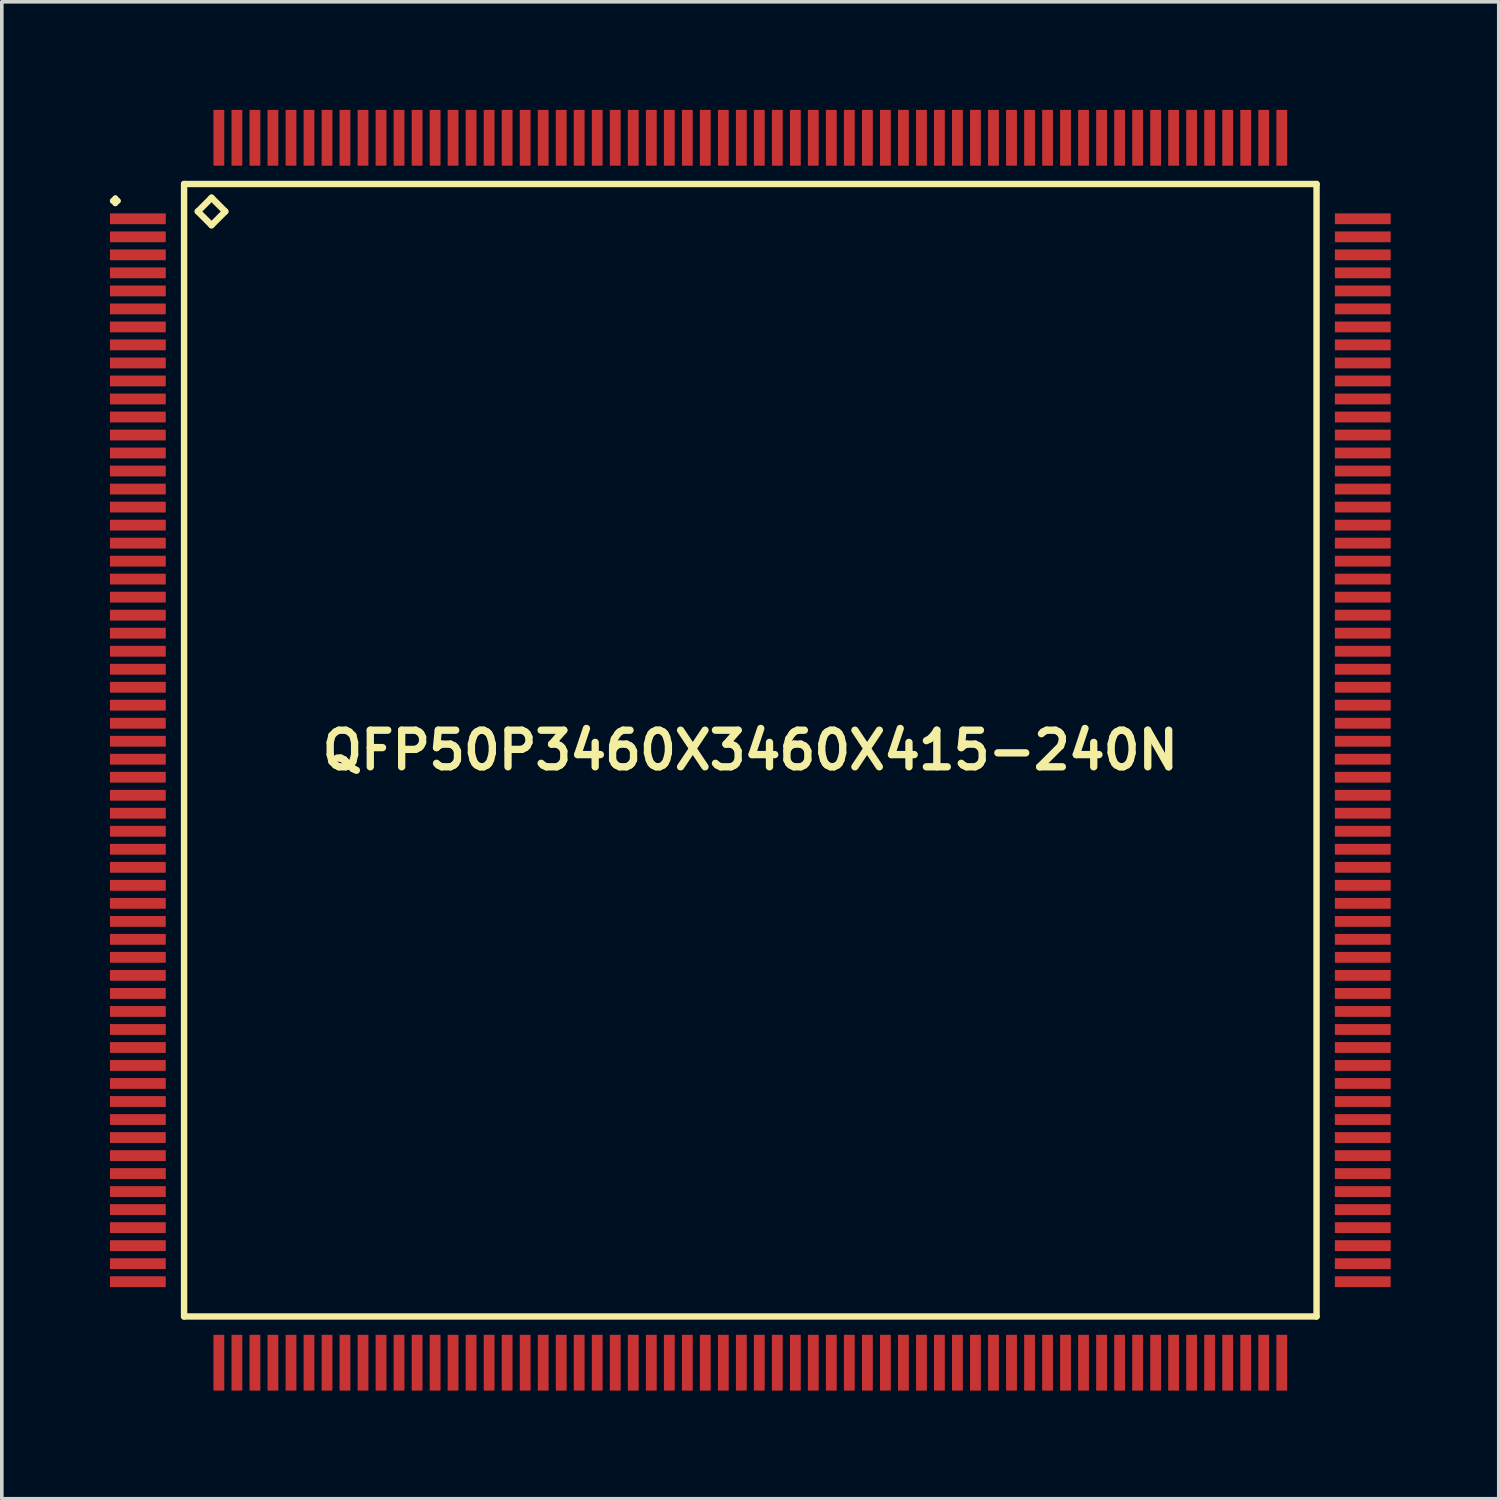
<source format=kicad_pcb>
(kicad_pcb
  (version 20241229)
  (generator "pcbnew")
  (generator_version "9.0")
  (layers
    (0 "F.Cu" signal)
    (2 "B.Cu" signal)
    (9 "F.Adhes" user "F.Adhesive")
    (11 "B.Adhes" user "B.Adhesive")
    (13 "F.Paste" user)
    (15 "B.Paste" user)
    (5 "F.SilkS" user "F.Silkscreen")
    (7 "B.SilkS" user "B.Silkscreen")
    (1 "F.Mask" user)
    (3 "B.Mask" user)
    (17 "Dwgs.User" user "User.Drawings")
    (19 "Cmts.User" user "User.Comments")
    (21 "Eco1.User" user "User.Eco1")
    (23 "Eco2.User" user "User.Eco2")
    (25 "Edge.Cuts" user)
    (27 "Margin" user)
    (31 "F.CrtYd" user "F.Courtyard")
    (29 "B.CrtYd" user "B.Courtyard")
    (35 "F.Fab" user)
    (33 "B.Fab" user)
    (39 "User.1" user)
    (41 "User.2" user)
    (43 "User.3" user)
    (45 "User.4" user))
  (footprint "QFP50P3460X3460X415-240N"
    (layer "F.Cu")
    (at 17.774 17.772)
    (property "Reference" "QFP50P3460X3460X415-240N" (at 0 0 0) (layer "F.SilkS") (effects (font (size 1.016 1.016) (thickness 0.203))))
    (attr smd)
    (fp_line (start -17.699 -15.248) (end -17.623 -15.324) (stroke (width 0.15) (type solid)) (layer "F.SilkS"))
    (fp_line (start -17.623 -15.324) (end -17.549 -15.248) (stroke (width 0.15) (type solid)) (layer "F.SilkS"))
    (fp_line (start -17.623 -15.174) (end -17.699 -15.248) (stroke (width 0.15) (type solid)) (layer "F.SilkS"))
    (fp_line (start -17.549 -15.248) (end -17.623 -15.174) (stroke (width 0.15) (type solid)) (layer "F.SilkS"))
    (fp_line (start -15.715 -15.715) (end -15.715 15.715) (stroke (width 0.178) (type solid)) (layer "F.SilkS"))
    (fp_line (start -15.715 15.715) (end 15.715 15.715) (stroke (width 0.178) (type solid)) (layer "F.SilkS"))
    (fp_line (start -15.334 -14.953) (end -14.953 -15.334) (stroke (width 0.178) (type solid)) (layer "F.SilkS"))
    (fp_line (start -14.953 -15.334) (end -14.572 -14.953) (stroke (width 0.178) (type solid)) (layer "F.SilkS"))
    (fp_line (start -14.953 -14.572) (end -15.334 -14.953) (stroke (width 0.178) (type solid)) (layer "F.SilkS"))
    (fp_line (start -14.572 -14.953) (end -14.953 -14.572) (stroke (width 0.178) (type solid)) (layer "F.SilkS"))
    (fp_line (start 15.715 -15.715) (end -15.715 -15.715) (stroke (width 0.178) (type solid)) (layer "F.SilkS"))
    (fp_line (start 15.715 15.715) (end 15.715 -15.715) (stroke (width 0.178) (type solid)) (layer "F.SilkS"))
    (pad "1" smd rect (at -16.998 -14.75) (size 1.549 0.3) (layers "F.Cu" "F.Mask" "F.Paste"))
    (pad "2" smd rect (at -16.998 -14.249) (size 1.549 0.3) (layers "F.Cu" "F.Mask" "F.Paste"))
    (pad "3" smd rect (at -16.998 -13.749) (size 1.549 0.3) (layers "F.Cu" "F.Mask" "F.Paste"))
    (pad "4" smd rect (at -16.998 -13.249) (size 1.549 0.3) (layers "F.Cu" "F.Mask" "F.Paste"))
    (pad "5" smd rect (at -16.998 -12.748) (size 1.549 0.3) (layers "F.Cu" "F.Mask" "F.Paste"))
    (pad "6" smd rect (at -16.998 -12.248) (size 1.549 0.3) (layers "F.Cu" "F.Mask" "F.Paste"))
    (pad "7" smd rect (at -16.998 -11.748) (size 1.549 0.3) (layers "F.Cu" "F.Mask" "F.Paste"))
    (pad "8" smd rect (at -16.998 -11.25) (size 1.549 0.3) (layers "F.Cu" "F.Mask" "F.Paste"))
    (pad "9" smd rect (at -16.998 -10.749) (size 1.549 0.3) (layers "F.Cu" "F.Mask" "F.Paste"))
    (pad "10" smd rect (at -16.998 -10.249) (size 1.549 0.3) (layers "F.Cu" "F.Mask" "F.Paste"))
    (pad "11" smd rect (at -16.998 -9.749) (size 1.549 0.3) (layers "F.Cu" "F.Mask" "F.Paste"))
    (pad "12" smd rect (at -16.998 -9.248) (size 1.549 0.3) (layers "F.Cu" "F.Mask" "F.Paste"))
    (pad "13" smd rect (at -16.998 -8.748) (size 1.549 0.3) (layers "F.Cu" "F.Mask" "F.Paste"))
    (pad "14" smd rect (at -16.998 -8.25) (size 1.549 0.3) (layers "F.Cu" "F.Mask" "F.Paste"))
    (pad "15" smd rect (at -16.998 -7.75) (size 1.549 0.3) (layers "F.Cu" "F.Mask" "F.Paste"))
    (pad "16" smd rect (at -16.998 -7.249) (size 1.549 0.3) (layers "F.Cu" "F.Mask" "F.Paste"))
    (pad "17" smd rect (at -16.998 -6.749) (size 1.549 0.3) (layers "F.Cu" "F.Mask" "F.Paste"))
    (pad "18" smd rect (at -16.998 -6.248) (size 1.549 0.3) (layers "F.Cu" "F.Mask" "F.Paste"))
    (pad "19" smd rect (at -16.998 -5.748) (size 1.549 0.3) (layers "F.Cu" "F.Mask" "F.Paste"))
    (pad "20" smd rect (at -16.998 -5.248) (size 1.549 0.3) (layers "F.Cu" "F.Mask" "F.Paste"))
    (pad "21" smd rect (at -16.998 -4.75) (size 1.549 0.3) (layers "F.Cu" "F.Mask" "F.Paste"))
    (pad "22" smd rect (at -16.998 -4.249) (size 1.549 0.3) (layers "F.Cu" "F.Mask" "F.Paste"))
    (pad "23" smd rect (at -16.998 -3.749) (size 1.549 0.3) (layers "F.Cu" "F.Mask" "F.Paste"))
    (pad "24" smd rect (at -16.998 -3.249) (size 1.549 0.3) (layers "F.Cu" "F.Mask" "F.Paste"))
    (pad "25" smd rect (at -16.998 -2.748) (size 1.549 0.3) (layers "F.Cu" "F.Mask" "F.Paste"))
    (pad "26" smd rect (at -16.998 -2.248) (size 1.549 0.3) (layers "F.Cu" "F.Mask" "F.Paste"))
    (pad "27" smd rect (at -16.998 -1.748) (size 1.549 0.3) (layers "F.Cu" "F.Mask" "F.Paste"))
    (pad "28" smd rect (at -16.998 -1.25) (size 1.549 0.3) (layers "F.Cu" "F.Mask" "F.Paste"))
    (pad "29" smd rect (at -16.998 -0.749) (size 1.549 0.3) (layers "F.Cu" "F.Mask" "F.Paste"))
    (pad "30" smd rect (at -16.998 -0.249) (size 1.549 0.3) (layers "F.Cu" "F.Mask" "F.Paste"))
    (pad "31" smd rect (at -16.998 0.249) (size 1.549 0.3) (layers "F.Cu" "F.Mask" "F.Paste"))
    (pad "32" smd rect (at -16.998 0.749) (size 1.549 0.3) (layers "F.Cu" "F.Mask" "F.Paste"))
    (pad "33" smd rect (at -16.998 1.25) (size 1.549 0.3) (layers "F.Cu" "F.Mask" "F.Paste"))
    (pad "34" smd rect (at -16.998 1.748) (size 1.549 0.3) (layers "F.Cu" "F.Mask" "F.Paste"))
    (pad "35" smd rect (at -16.998 2.248) (size 1.549 0.3) (layers "F.Cu" "F.Mask" "F.Paste"))
    (pad "36" smd rect (at -16.998 2.748) (size 1.549 0.3) (layers "F.Cu" "F.Mask" "F.Paste"))
    (pad "37" smd rect (at -16.998 3.249) (size 1.549 0.3) (layers "F.Cu" "F.Mask" "F.Paste"))
    (pad "38" smd rect (at -16.998 3.749) (size 1.549 0.3) (layers "F.Cu" "F.Mask" "F.Paste"))
    (pad "39" smd rect (at -16.998 4.249) (size 1.549 0.3) (layers "F.Cu" "F.Mask" "F.Paste"))
    (pad "40" smd rect (at -16.998 4.75) (size 1.549 0.3) (layers "F.Cu" "F.Mask" "F.Paste"))
    (pad "41" smd rect (at -16.998 5.248) (size 1.549 0.3) (layers "F.Cu" "F.Mask" "F.Paste"))
    (pad "42" smd rect (at -16.998 5.748) (size 1.549 0.3) (layers "F.Cu" "F.Mask" "F.Paste"))
    (pad "43" smd rect (at -16.998 6.248) (size 1.549 0.3) (layers "F.Cu" "F.Mask" "F.Paste"))
    (pad "44" smd rect (at -16.998 6.749) (size 1.549 0.3) (layers "F.Cu" "F.Mask" "F.Paste"))
    (pad "45" smd rect (at -16.998 7.249) (size 1.549 0.3) (layers "F.Cu" "F.Mask" "F.Paste"))
    (pad "46" smd rect (at -16.998 7.75) (size 1.549 0.3) (layers "F.Cu" "F.Mask" "F.Paste"))
    (pad "47" smd rect (at -16.998 8.25) (size 1.549 0.3) (layers "F.Cu" "F.Mask" "F.Paste"))
    (pad "48" smd rect (at -16.998 8.748) (size 1.549 0.3) (layers "F.Cu" "F.Mask" "F.Paste"))
    (pad "49" smd rect (at -16.998 9.248) (size 1.549 0.3) (layers "F.Cu" "F.Mask" "F.Paste"))
    (pad "50" smd rect (at -16.998 9.749) (size 1.549 0.3) (layers "F.Cu" "F.Mask" "F.Paste"))
    (pad "51" smd rect (at -16.998 10.249) (size 1.549 0.3) (layers "F.Cu" "F.Mask" "F.Paste"))
    (pad "52" smd rect (at -16.998 10.749) (size 1.549 0.3) (layers "F.Cu" "F.Mask" "F.Paste"))
    (pad "53" smd rect (at -16.998 11.25) (size 1.549 0.3) (layers "F.Cu" "F.Mask" "F.Paste"))
    (pad "54" smd rect (at -16.998 11.748) (size 1.549 0.3) (layers "F.Cu" "F.Mask" "F.Paste"))
    (pad "55" smd rect (at -16.998 12.248) (size 1.549 0.3) (layers "F.Cu" "F.Mask" "F.Paste"))
    (pad "56" smd rect (at -16.998 12.748) (size 1.549 0.3) (layers "F.Cu" "F.Mask" "F.Paste"))
    (pad "57" smd rect (at -16.998 13.249) (size 1.549 0.3) (layers "F.Cu" "F.Mask" "F.Paste"))
    (pad "58" smd rect (at -16.998 13.749) (size 1.549 0.3) (layers "F.Cu" "F.Mask" "F.Paste"))
    (pad "59" smd rect (at -16.998 14.249) (size 1.549 0.3) (layers "F.Cu" "F.Mask" "F.Paste"))
    (pad "60" smd rect (at -16.998 14.75) (size 1.549 0.3) (layers "F.Cu" "F.Mask" "F.Paste"))
    (pad "61" smd rect (at -14.75 16.998) (size 0.3 1.549) (layers "F.Cu" "F.Mask" "F.Paste"))
    (pad "62" smd rect (at -14.249 16.998) (size 0.3 1.549) (layers "F.Cu" "F.Mask" "F.Paste"))
    (pad "63" smd rect (at -13.749 16.998) (size 0.3 1.549) (layers "F.Cu" "F.Mask" "F.Paste"))
    (pad "64" smd rect (at -13.249 16.998) (size 0.3 1.549) (layers "F.Cu" "F.Mask" "F.Paste"))
    (pad "65" smd rect (at -12.748 16.998) (size 0.3 1.549) (layers "F.Cu" "F.Mask" "F.Paste"))
    (pad "66" smd rect (at -12.248 16.998) (size 0.3 1.549) (layers "F.Cu" "F.Mask" "F.Paste"))
    (pad "67" smd rect (at -11.748 16.998) (size 0.3 1.549) (layers "F.Cu" "F.Mask" "F.Paste"))
    (pad "68" smd rect (at -11.25 16.998) (size 0.3 1.549) (layers "F.Cu" "F.Mask" "F.Paste"))
    (pad "69" smd rect (at -10.749 16.998) (size 0.3 1.549) (layers "F.Cu" "F.Mask" "F.Paste"))
    (pad "70" smd rect (at -10.249 16.998) (size 0.3 1.549) (layers "F.Cu" "F.Mask" "F.Paste"))
    (pad "71" smd rect (at -9.749 16.998) (size 0.3 1.549) (layers "F.Cu" "F.Mask" "F.Paste"))
    (pad "72" smd rect (at -9.248 16.998) (size 0.3 1.549) (layers "F.Cu" "F.Mask" "F.Paste"))
    (pad "73" smd rect (at -8.748 16.998) (size 0.3 1.549) (layers "F.Cu" "F.Mask" "F.Paste"))
    (pad "74" smd rect (at -8.25 16.998) (size 0.3 1.549) (layers "F.Cu" "F.Mask" "F.Paste"))
    (pad "75" smd rect (at -7.75 16.998) (size 0.3 1.549) (layers "F.Cu" "F.Mask" "F.Paste"))
    (pad "76" smd rect (at -7.249 16.998) (size 0.3 1.549) (layers "F.Cu" "F.Mask" "F.Paste"))
    (pad "77" smd rect (at -6.749 16.998) (size 0.3 1.549) (layers "F.Cu" "F.Mask" "F.Paste"))
    (pad "78" smd rect (at -6.248 16.998) (size 0.3 1.549) (layers "F.Cu" "F.Mask" "F.Paste"))
    (pad "79" smd rect (at -5.748 16.998) (size 0.3 1.549) (layers "F.Cu" "F.Mask" "F.Paste"))
    (pad "80" smd rect (at -5.248 16.998) (size 0.3 1.549) (layers "F.Cu" "F.Mask" "F.Paste"))
    (pad "81" smd rect (at -4.75 16.998) (size 0.3 1.549) (layers "F.Cu" "F.Mask" "F.Paste"))
    (pad "82" smd rect (at -4.249 16.998) (size 0.3 1.549) (layers "F.Cu" "F.Mask" "F.Paste"))
    (pad "83" smd rect (at -3.749 16.998) (size 0.3 1.549) (layers "F.Cu" "F.Mask" "F.Paste"))
    (pad "84" smd rect (at -3.249 16.998) (size 0.3 1.549) (layers "F.Cu" "F.Mask" "F.Paste"))
    (pad "85" smd rect (at -2.748 16.998) (size 0.3 1.549) (layers "F.Cu" "F.Mask" "F.Paste"))
    (pad "86" smd rect (at -2.248 16.998) (size 0.3 1.549) (layers "F.Cu" "F.Mask" "F.Paste"))
    (pad "87" smd rect (at -1.748 16.998) (size 0.3 1.549) (layers "F.Cu" "F.Mask" "F.Paste"))
    (pad "88" smd rect (at -1.25 16.998) (size 0.3 1.549) (layers "F.Cu" "F.Mask" "F.Paste"))
    (pad "89" smd rect (at -0.749 16.998) (size 0.3 1.549) (layers "F.Cu" "F.Mask" "F.Paste"))
    (pad "90" smd rect (at -0.249 16.998) (size 0.3 1.549) (layers "F.Cu" "F.Mask" "F.Paste"))
    (pad "91" smd rect (at 0.249 16.998) (size 0.3 1.549) (layers "F.Cu" "F.Mask" "F.Paste"))
    (pad "92" smd rect (at 0.749 16.998) (size 0.3 1.549) (layers "F.Cu" "F.Mask" "F.Paste"))
    (pad "93" smd rect (at 1.25 16.998) (size 0.3 1.549) (layers "F.Cu" "F.Mask" "F.Paste"))
    (pad "94" smd rect (at 1.748 16.998) (size 0.3 1.549) (layers "F.Cu" "F.Mask" "F.Paste"))
    (pad "95" smd rect (at 2.248 16.998) (size 0.3 1.549) (layers "F.Cu" "F.Mask" "F.Paste"))
    (pad "96" smd rect (at 2.748 16.998) (size 0.3 1.549) (layers "F.Cu" "F.Mask" "F.Paste"))
    (pad "97" smd rect (at 3.249 16.998) (size 0.3 1.549) (layers "F.Cu" "F.Mask" "F.Paste"))
    (pad "98" smd rect (at 3.749 16.998) (size 0.3 1.549) (layers "F.Cu" "F.Mask" "F.Paste"))
    (pad "99" smd rect (at 4.249 16.998) (size 0.3 1.549) (layers "F.Cu" "F.Mask" "F.Paste"))
    (pad "100" smd rect (at 4.75 16.998) (size 0.3 1.549) (layers "F.Cu" "F.Mask" "F.Paste"))
    (pad "101" smd rect (at 5.248 16.998) (size 0.3 1.549) (layers "F.Cu" "F.Mask" "F.Paste"))
    (pad "102" smd rect (at 5.748 16.998) (size 0.3 1.549) (layers "F.Cu" "F.Mask" "F.Paste"))
    (pad "103" smd rect (at 6.248 16.998) (size 0.3 1.549) (layers "F.Cu" "F.Mask" "F.Paste"))
    (pad "104" smd rect (at 6.749 16.998) (size 0.3 1.549) (layers "F.Cu" "F.Mask" "F.Paste"))
    (pad "105" smd rect (at 7.249 16.998) (size 0.3 1.549) (layers "F.Cu" "F.Mask" "F.Paste"))
    (pad "106" smd rect (at 7.75 16.998) (size 0.3 1.549) (layers "F.Cu" "F.Mask" "F.Paste"))
    (pad "107" smd rect (at 8.25 16.998) (size 0.3 1.549) (layers "F.Cu" "F.Mask" "F.Paste"))
    (pad "108" smd rect (at 8.748 16.998) (size 0.3 1.549) (layers "F.Cu" "F.Mask" "F.Paste"))
    (pad "109" smd rect (at 9.248 16.998) (size 0.3 1.549) (layers "F.Cu" "F.Mask" "F.Paste"))
    (pad "110" smd rect (at 9.749 16.998) (size 0.3 1.549) (layers "F.Cu" "F.Mask" "F.Paste"))
    (pad "111" smd rect (at 10.249 16.998) (size 0.3 1.549) (layers "F.Cu" "F.Mask" "F.Paste"))
    (pad "112" smd rect (at 10.749 16.998) (size 0.3 1.549) (layers "F.Cu" "F.Mask" "F.Paste"))
    (pad "113" smd rect (at 11.25 16.998) (size 0.3 1.549) (layers "F.Cu" "F.Mask" "F.Paste"))
    (pad "114" smd rect (at 11.748 16.998) (size 0.3 1.549) (layers "F.Cu" "F.Mask" "F.Paste"))
    (pad "115" smd rect (at 12.248 16.998) (size 0.3 1.549) (layers "F.Cu" "F.Mask" "F.Paste"))
    (pad "116" smd rect (at 12.748 16.998) (size 0.3 1.549) (layers "F.Cu" "F.Mask" "F.Paste"))
    (pad "117" smd rect (at 13.249 16.998) (size 0.3 1.549) (layers "F.Cu" "F.Mask" "F.Paste"))
    (pad "118" smd rect (at 13.749 16.998) (size 0.3 1.549) (layers "F.Cu" "F.Mask" "F.Paste"))
    (pad "119" smd rect (at 14.249 16.998) (size 0.3 1.549) (layers "F.Cu" "F.Mask" "F.Paste"))
    (pad "120" smd rect (at 14.75 16.998) (size 0.3 1.549) (layers "F.Cu" "F.Mask" "F.Paste"))
    (pad "121" smd rect (at 16.998 14.75) (size 1.549 0.3) (layers "F.Cu" "F.Mask" "F.Paste"))
    (pad "122" smd rect (at 16.998 14.249) (size 1.549 0.3) (layers "F.Cu" "F.Mask" "F.Paste"))
    (pad "123" smd rect (at 16.998 13.749) (size 1.549 0.3) (layers "F.Cu" "F.Mask" "F.Paste"))
    (pad "124" smd rect (at 16.998 13.249) (size 1.549 0.3) (layers "F.Cu" "F.Mask" "F.Paste"))
    (pad "125" smd rect (at 16.998 12.748) (size 1.549 0.3) (layers "F.Cu" "F.Mask" "F.Paste"))
    (pad "126" smd rect (at 16.998 12.248) (size 1.549 0.3) (layers "F.Cu" "F.Mask" "F.Paste"))
    (pad "127" smd rect (at 16.998 11.748) (size 1.549 0.3) (layers "F.Cu" "F.Mask" "F.Paste"))
    (pad "128" smd rect (at 16.998 11.25) (size 1.549 0.3) (layers "F.Cu" "F.Mask" "F.Paste"))
    (pad "129" smd rect (at 16.998 10.749) (size 1.549 0.3) (layers "F.Cu" "F.Mask" "F.Paste"))
    (pad "130" smd rect (at 16.998 10.249) (size 1.549 0.3) (layers "F.Cu" "F.Mask" "F.Paste"))
    (pad "131" smd rect (at 16.998 9.749) (size 1.549 0.3) (layers "F.Cu" "F.Mask" "F.Paste"))
    (pad "132" smd rect (at 16.998 9.248) (size 1.549 0.3) (layers "F.Cu" "F.Mask" "F.Paste"))
    (pad "133" smd rect (at 16.998 8.748) (size 1.549 0.3) (layers "F.Cu" "F.Mask" "F.Paste"))
    (pad "134" smd rect (at 16.998 8.25) (size 1.549 0.3) (layers "F.Cu" "F.Mask" "F.Paste"))
    (pad "135" smd rect (at 16.998 7.75) (size 1.549 0.3) (layers "F.Cu" "F.Mask" "F.Paste"))
    (pad "136" smd rect (at 16.998 7.249) (size 1.549 0.3) (layers "F.Cu" "F.Mask" "F.Paste"))
    (pad "137" smd rect (at 16.998 6.749) (size 1.549 0.3) (layers "F.Cu" "F.Mask" "F.Paste"))
    (pad "138" smd rect (at 16.998 6.248) (size 1.549 0.3) (layers "F.Cu" "F.Mask" "F.Paste"))
    (pad "139" smd rect (at 16.998 5.748) (size 1.549 0.3) (layers "F.Cu" "F.Mask" "F.Paste"))
    (pad "140" smd rect (at 16.998 5.248) (size 1.549 0.3) (layers "F.Cu" "F.Mask" "F.Paste"))
    (pad "141" smd rect (at 16.998 4.75) (size 1.549 0.3) (layers "F.Cu" "F.Mask" "F.Paste"))
    (pad "142" smd rect (at 16.998 4.249) (size 1.549 0.3) (layers "F.Cu" "F.Mask" "F.Paste"))
    (pad "143" smd rect (at 16.998 3.749) (size 1.549 0.3) (layers "F.Cu" "F.Mask" "F.Paste"))
    (pad "144" smd rect (at 16.998 3.249) (size 1.549 0.3) (layers "F.Cu" "F.Mask" "F.Paste"))
    (pad "145" smd rect (at 16.998 2.748) (size 1.549 0.3) (layers "F.Cu" "F.Mask" "F.Paste"))
    (pad "146" smd rect (at 16.998 2.248) (size 1.549 0.3) (layers "F.Cu" "F.Mask" "F.Paste"))
    (pad "147" smd rect (at 16.998 1.748) (size 1.549 0.3) (layers "F.Cu" "F.Mask" "F.Paste"))
    (pad "148" smd rect (at 16.998 1.25) (size 1.549 0.3) (layers "F.Cu" "F.Mask" "F.Paste"))
    (pad "149" smd rect (at 16.998 0.749) (size 1.549 0.3) (layers "F.Cu" "F.Mask" "F.Paste"))
    (pad "150" smd rect (at 16.998 0.249) (size 1.549 0.3) (layers "F.Cu" "F.Mask" "F.Paste"))
    (pad "151" smd rect (at 16.998 -0.249) (size 1.549 0.3) (layers "F.Cu" "F.Mask" "F.Paste"))
    (pad "152" smd rect (at 16.998 -0.749) (size 1.549 0.3) (layers "F.Cu" "F.Mask" "F.Paste"))
    (pad "153" smd rect (at 16.998 -1.25) (size 1.549 0.3) (layers "F.Cu" "F.Mask" "F.Paste"))
    (pad "154" smd rect (at 16.998 -1.748) (size 1.549 0.3) (layers "F.Cu" "F.Mask" "F.Paste"))
    (pad "155" smd rect (at 16.998 -2.248) (size 1.549 0.3) (layers "F.Cu" "F.Mask" "F.Paste"))
    (pad "156" smd rect (at 16.998 -2.748) (size 1.549 0.3) (layers "F.Cu" "F.Mask" "F.Paste"))
    (pad "157" smd rect (at 16.998 -3.249) (size 1.549 0.3) (layers "F.Cu" "F.Mask" "F.Paste"))
    (pad "158" smd rect (at 16.998 -3.749) (size 1.549 0.3) (layers "F.Cu" "F.Mask" "F.Paste"))
    (pad "159" smd rect (at 16.998 -4.249) (size 1.549 0.3) (layers "F.Cu" "F.Mask" "F.Paste"))
    (pad "160" smd rect (at 16.998 -4.75) (size 1.549 0.3) (layers "F.Cu" "F.Mask" "F.Paste"))
    (pad "161" smd rect (at 16.998 -5.248) (size 1.549 0.3) (layers "F.Cu" "F.Mask" "F.Paste"))
    (pad "162" smd rect (at 16.998 -5.748) (size 1.549 0.3) (layers "F.Cu" "F.Mask" "F.Paste"))
    (pad "163" smd rect (at 16.998 -6.248) (size 1.549 0.3) (layers "F.Cu" "F.Mask" "F.Paste"))
    (pad "164" smd rect (at 16.998 -6.749) (size 1.549 0.3) (layers "F.Cu" "F.Mask" "F.Paste"))
    (pad "165" smd rect (at 16.998 -7.249) (size 1.549 0.3) (layers "F.Cu" "F.Mask" "F.Paste"))
    (pad "166" smd rect (at 16.998 -7.75) (size 1.549 0.3) (layers "F.Cu" "F.Mask" "F.Paste"))
    (pad "167" smd rect (at 16.998 -8.25) (size 1.549 0.3) (layers "F.Cu" "F.Mask" "F.Paste"))
    (pad "168" smd rect (at 16.998 -8.748) (size 1.549 0.3) (layers "F.Cu" "F.Mask" "F.Paste"))
    (pad "169" smd rect (at 16.998 -9.248) (size 1.549 0.3) (layers "F.Cu" "F.Mask" "F.Paste"))
    (pad "170" smd rect (at 16.998 -9.749) (size 1.549 0.3) (layers "F.Cu" "F.Mask" "F.Paste"))
    (pad "171" smd rect (at 16.998 -10.249) (size 1.549 0.3) (layers "F.Cu" "F.Mask" "F.Paste"))
    (pad "172" smd rect (at 16.998 -10.749) (size 1.549 0.3) (layers "F.Cu" "F.Mask" "F.Paste"))
    (pad "173" smd rect (at 16.998 -11.25) (size 1.549 0.3) (layers "F.Cu" "F.Mask" "F.Paste"))
    (pad "174" smd rect (at 16.998 -11.748) (size 1.549 0.3) (layers "F.Cu" "F.Mask" "F.Paste"))
    (pad "175" smd rect (at 16.998 -12.248) (size 1.549 0.3) (layers "F.Cu" "F.Mask" "F.Paste"))
    (pad "176" smd rect (at 16.998 -12.748) (size 1.549 0.3) (layers "F.Cu" "F.Mask" "F.Paste"))
    (pad "177" smd rect (at 16.998 -13.249) (size 1.549 0.3) (layers "F.Cu" "F.Mask" "F.Paste"))
    (pad "178" smd rect (at 16.998 -13.749) (size 1.549 0.3) (layers "F.Cu" "F.Mask" "F.Paste"))
    (pad "179" smd rect (at 16.998 -14.249) (size 1.549 0.3) (layers "F.Cu" "F.Mask" "F.Paste"))
    (pad "180" smd rect (at 16.998 -14.75) (size 1.549 0.3) (layers "F.Cu" "F.Mask" "F.Paste"))
    (pad "181" smd rect (at 14.75 -16.998) (size 0.3 1.549) (layers "F.Cu" "F.Mask" "F.Paste"))
    (pad "182" smd rect (at 14.249 -16.998) (size 0.3 1.549) (layers "F.Cu" "F.Mask" "F.Paste"))
    (pad "183" smd rect (at 13.749 -16.998) (size 0.3 1.549) (layers "F.Cu" "F.Mask" "F.Paste"))
    (pad "184" smd rect (at 13.249 -16.998) (size 0.3 1.549) (layers "F.Cu" "F.Mask" "F.Paste"))
    (pad "185" smd rect (at 12.748 -16.998) (size 0.3 1.549) (layers "F.Cu" "F.Mask" "F.Paste"))
    (pad "186" smd rect (at 12.248 -16.998) (size 0.3 1.549) (layers "F.Cu" "F.Mask" "F.Paste"))
    (pad "187" smd rect (at 11.748 -16.998) (size 0.3 1.549) (layers "F.Cu" "F.Mask" "F.Paste"))
    (pad "188" smd rect (at 11.25 -16.998) (size 0.3 1.549) (layers "F.Cu" "F.Mask" "F.Paste"))
    (pad "189" smd rect (at 10.749 -16.998) (size 0.3 1.549) (layers "F.Cu" "F.Mask" "F.Paste"))
    (pad "190" smd rect (at 10.249 -16.998) (size 0.3 1.549) (layers "F.Cu" "F.Mask" "F.Paste"))
    (pad "191" smd rect (at 9.749 -16.998) (size 0.3 1.549) (layers "F.Cu" "F.Mask" "F.Paste"))
    (pad "192" smd rect (at 9.248 -16.998) (size 0.3 1.549) (layers "F.Cu" "F.Mask" "F.Paste"))
    (pad "193" smd rect (at 8.748 -16.998) (size 0.3 1.549) (layers "F.Cu" "F.Mask" "F.Paste"))
    (pad "194" smd rect (at 8.25 -16.998) (size 0.3 1.549) (layers "F.Cu" "F.Mask" "F.Paste"))
    (pad "195" smd rect (at 7.75 -16.998) (size 0.3 1.549) (layers "F.Cu" "F.Mask" "F.Paste"))
    (pad "196" smd rect (at 7.249 -16.998) (size 0.3 1.549) (layers "F.Cu" "F.Mask" "F.Paste"))
    (pad "197" smd rect (at 6.749 -16.998) (size 0.3 1.549) (layers "F.Cu" "F.Mask" "F.Paste"))
    (pad "198" smd rect (at 6.248 -16.998) (size 0.3 1.549) (layers "F.Cu" "F.Mask" "F.Paste"))
    (pad "199" smd rect (at 5.748 -16.998) (size 0.3 1.549) (layers "F.Cu" "F.Mask" "F.Paste"))
    (pad "200" smd rect (at 5.248 -16.998) (size 0.3 1.549) (layers "F.Cu" "F.Mask" "F.Paste"))
    (pad "201" smd rect (at 4.75 -16.998) (size 0.3 1.549) (layers "F.Cu" "F.Mask" "F.Paste"))
    (pad "202" smd rect (at 4.249 -16.998) (size 0.3 1.549) (layers "F.Cu" "F.Mask" "F.Paste"))
    (pad "203" smd rect (at 3.749 -16.998) (size 0.3 1.549) (layers "F.Cu" "F.Mask" "F.Paste"))
    (pad "204" smd rect (at 3.249 -16.998) (size 0.3 1.549) (layers "F.Cu" "F.Mask" "F.Paste"))
    (pad "205" smd rect (at 2.748 -16.998) (size 0.3 1.549) (layers "F.Cu" "F.Mask" "F.Paste"))
    (pad "206" smd rect (at 2.248 -16.998) (size 0.3 1.549) (layers "F.Cu" "F.Mask" "F.Paste"))
    (pad "207" smd rect (at 1.748 -16.998) (size 0.3 1.549) (layers "F.Cu" "F.Mask" "F.Paste"))
    (pad "208" smd rect (at 1.25 -16.998) (size 0.3 1.549) (layers "F.Cu" "F.Mask" "F.Paste"))
    (pad "209" smd rect (at 0.749 -16.998) (size 0.3 1.549) (layers "F.Cu" "F.Mask" "F.Paste"))
    (pad "210" smd rect (at 0.249 -16.998) (size 0.3 1.549) (layers "F.Cu" "F.Mask" "F.Paste"))
    (pad "211" smd rect (at -0.249 -16.998) (size 0.3 1.549) (layers "F.Cu" "F.Mask" "F.Paste"))
    (pad "212" smd rect (at -0.749 -16.998) (size 0.3 1.549) (layers "F.Cu" "F.Mask" "F.Paste"))
    (pad "213" smd rect (at -1.25 -16.998) (size 0.3 1.549) (layers "F.Cu" "F.Mask" "F.Paste"))
    (pad "214" smd rect (at -1.748 -16.998) (size 0.3 1.549) (layers "F.Cu" "F.Mask" "F.Paste"))
    (pad "215" smd rect (at -2.248 -16.998) (size 0.3 1.549) (layers "F.Cu" "F.Mask" "F.Paste"))
    (pad "216" smd rect (at -2.748 -16.998) (size 0.3 1.549) (layers "F.Cu" "F.Mask" "F.Paste"))
    (pad "217" smd rect (at -3.249 -16.998) (size 0.3 1.549) (layers "F.Cu" "F.Mask" "F.Paste"))
    (pad "218" smd rect (at -3.749 -16.998) (size 0.3 1.549) (layers "F.Cu" "F.Mask" "F.Paste"))
    (pad "219" smd rect (at -4.249 -16.998) (size 0.3 1.549) (layers "F.Cu" "F.Mask" "F.Paste"))
    (pad "220" smd rect (at -4.75 -16.998) (size 0.3 1.549) (layers "F.Cu" "F.Mask" "F.Paste"))
    (pad "221" smd rect (at -5.248 -16.998) (size 0.3 1.549) (layers "F.Cu" "F.Mask" "F.Paste"))
    (pad "222" smd rect (at -5.748 -16.998) (size 0.3 1.549) (layers "F.Cu" "F.Mask" "F.Paste"))
    (pad "223" smd rect (at -6.248 -16.998) (size 0.3 1.549) (layers "F.Cu" "F.Mask" "F.Paste"))
    (pad "224" smd rect (at -6.749 -16.998) (size 0.3 1.549) (layers "F.Cu" "F.Mask" "F.Paste"))
    (pad "225" smd rect (at -7.249 -16.998) (size 0.3 1.549) (layers "F.Cu" "F.Mask" "F.Paste"))
    (pad "226" smd rect (at -7.75 -16.998) (size 0.3 1.549) (layers "F.Cu" "F.Mask" "F.Paste"))
    (pad "227" smd rect (at -8.25 -16.998) (size 0.3 1.549) (layers "F.Cu" "F.Mask" "F.Paste"))
    (pad "228" smd rect (at -8.748 -16.998) (size 0.3 1.549) (layers "F.Cu" "F.Mask" "F.Paste"))
    (pad "229" smd rect (at -9.248 -16.998) (size 0.3 1.549) (layers "F.Cu" "F.Mask" "F.Paste"))
    (pad "230" smd rect (at -9.749 -16.998) (size 0.3 1.549) (layers "F.Cu" "F.Mask" "F.Paste"))
    (pad "231" smd rect (at -10.249 -16.998) (size 0.3 1.549) (layers "F.Cu" "F.Mask" "F.Paste"))
    (pad "232" smd rect (at -10.749 -16.998) (size 0.3 1.549) (layers "F.Cu" "F.Mask" "F.Paste"))
    (pad "233" smd rect (at -11.25 -16.998) (size 0.3 1.549) (layers "F.Cu" "F.Mask" "F.Paste"))
    (pad "234" smd rect (at -11.748 -16.998) (size 0.3 1.549) (layers "F.Cu" "F.Mask" "F.Paste"))
    (pad "235" smd rect (at -12.248 -16.998) (size 0.3 1.549) (layers "F.Cu" "F.Mask" "F.Paste"))
    (pad "236" smd rect (at -12.748 -16.998) (size 0.3 1.549) (layers "F.Cu" "F.Mask" "F.Paste"))
    (pad "237" smd rect (at -13.249 -16.998) (size 0.3 1.549) (layers "F.Cu" "F.Mask" "F.Paste"))
    (pad "238" smd rect (at -13.749 -16.998) (size 0.3 1.549) (layers "F.Cu" "F.Mask" "F.Paste"))
    (pad "239" smd rect (at -14.249 -16.998) (size 0.3 1.549) (layers "F.Cu" "F.Mask" "F.Paste"))
    (pad "240" smd rect (at -14.75 -16.998) (size 0.3 1.549) (layers "F.Cu" "F.Mask" "F.Paste")))
  (gr_rect
    (start -3 -3)
    (end 38.546 38.545)
    (stroke (width 0.1) (type default))
    (fill no)
    (layer "Edge.Cuts")))
</source>
